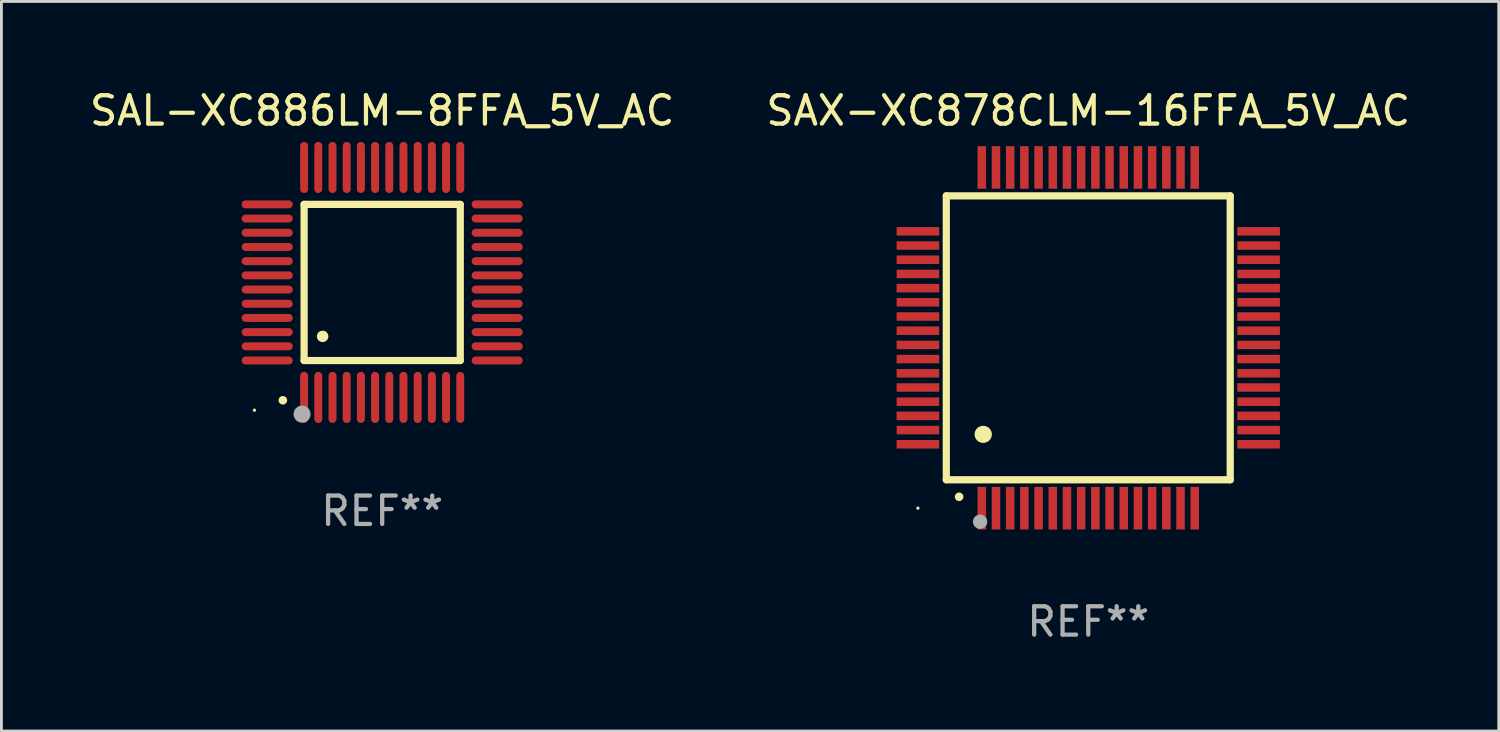
<source format=kicad_pcb>
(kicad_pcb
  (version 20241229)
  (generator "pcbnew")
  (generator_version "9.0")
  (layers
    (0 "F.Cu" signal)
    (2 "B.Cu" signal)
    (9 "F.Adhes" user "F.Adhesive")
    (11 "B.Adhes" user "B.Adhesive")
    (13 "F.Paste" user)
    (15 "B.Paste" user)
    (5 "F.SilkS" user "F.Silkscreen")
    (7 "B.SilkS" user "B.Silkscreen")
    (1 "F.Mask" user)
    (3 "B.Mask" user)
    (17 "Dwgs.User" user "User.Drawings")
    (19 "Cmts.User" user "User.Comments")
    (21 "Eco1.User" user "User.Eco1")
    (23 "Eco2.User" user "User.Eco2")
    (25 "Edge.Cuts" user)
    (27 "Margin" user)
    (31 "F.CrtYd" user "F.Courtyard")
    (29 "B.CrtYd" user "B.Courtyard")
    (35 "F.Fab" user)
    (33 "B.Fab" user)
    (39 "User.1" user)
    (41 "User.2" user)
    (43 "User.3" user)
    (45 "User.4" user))
  (footprint "SAX-XC878CLM-16FFA_5V_AC"
    (layer "F.Cu")
    (at 35.28 8.848)
    (property "Reference" "SAX-XC878CLM-16FFA_5V_AC" (at 0 -8 0) (layer "F.SilkS") (effects (font (size 1 1) (thickness 0.15))))
    (attr through_hole)
    (fp_line (start -5 -5) (end -5 5) (stroke (width 0.254) (type solid)) (layer "F.SilkS"))
    (fp_line (start -5 -5) (end 5 -5) (stroke (width 0.254) (type solid)) (layer "F.SilkS"))
    (fp_line (start -5 5) (end 5 5) (stroke (width 0.254) (type solid)) (layer "F.SilkS"))
    (fp_line (start 5 -5) (end 5 5) (stroke (width 0.254) (type solid)) (layer "F.SilkS"))
    (fp_arc (start -4.549987 5.6) (mid -4.548717 5.599995) (end -4.547447 5.6) (stroke (width 0.3) (type solid)) (layer "F.SilkS"))
    (fp_arc (start -3.703835 3.400076) (mid -3.700025 3.400052) (end -3.696215 3.400076) (stroke (width 0.6) (type solid)) (layer "F.SilkS"))
    (fp_circle (center -6 6) (end -5.97 6) (stroke (width 0.06) (type solid)) (fill no) (layer "F.SilkS"))
    (fp_circle (center -3.81 6.477) (end -3.683 6.477) (stroke (width 0.254) (type solid)) (fill no) (layer "F.Fab"))
    (fp_text user "REF**" (at 0 10 0) (layer "F.Fab") (effects (font (size 1 1) (thickness 0.15))))
    (pad "1" smd rect (at -3.75 6 180) (size 0.3 1.5) (layers "F.Cu" "F.Mask" "F.Paste"))
    (pad "2" smd rect (at -3.25 6 180) (size 0.3 1.5) (layers "F.Cu" "F.Mask" "F.Paste"))
    (pad "3" smd rect (at -2.75 6 180) (size 0.3 1.5) (layers "F.Cu" "F.Mask" "F.Paste"))
    (pad "4" smd rect (at -2.25 6 180) (size 0.3 1.5) (layers "F.Cu" "F.Mask" "F.Paste"))
    (pad "5" smd rect (at -1.75 6 180) (size 0.3 1.5) (layers "F.Cu" "F.Mask" "F.Paste"))
    (pad "6" smd rect (at -1.25 6 180) (size 0.3 1.5) (layers "F.Cu" "F.Mask" "F.Paste"))
    (pad "7" smd rect (at -0.75 6 180) (size 0.3 1.5) (layers "F.Cu" "F.Mask" "F.Paste"))
    (pad "8" smd rect (at -0.25 6 180) (size 0.3 1.5) (layers "F.Cu" "F.Mask" "F.Paste"))
    (pad "9" smd rect (at 0.25 6 180) (size 0.3 1.5) (layers "F.Cu" "F.Mask" "F.Paste"))
    (pad "10" smd rect (at 0.75 6 180) (size 0.3 1.5) (layers "F.Cu" "F.Mask" "F.Paste"))
    (pad "11" smd rect (at 1.25 6 180) (size 0.3 1.5) (layers "F.Cu" "F.Mask" "F.Paste"))
    (pad "12" smd rect (at 1.75 6 180) (size 0.3 1.5) (layers "F.Cu" "F.Mask" "F.Paste"))
    (pad "13" smd rect (at 2.25 6 180) (size 0.3 1.5) (layers "F.Cu" "F.Mask" "F.Paste"))
    (pad "14" smd rect (at 2.75 6 180) (size 0.3 1.5) (layers "F.Cu" "F.Mask" "F.Paste"))
    (pad "15" smd rect (at 3.25 6 180) (size 0.3 1.5) (layers "F.Cu" "F.Mask" "F.Paste"))
    (pad "16" smd rect (at 3.75 6 180) (size 0.3 1.5) (layers "F.Cu" "F.Mask" "F.Paste"))
    (pad "17" smd rect (at 6 3.75 90) (size 0.3 1.5) (layers "F.Cu" "F.Mask" "F.Paste"))
    (pad "18" smd rect (at 6 3.25 90) (size 0.3 1.5) (layers "F.Cu" "F.Mask" "F.Paste"))
    (pad "19" smd rect (at 6 2.75 90) (size 0.3 1.5) (layers "F.Cu" "F.Mask" "F.Paste"))
    (pad "20" smd rect (at 6 2.25 90) (size 0.3 1.5) (layers "F.Cu" "F.Mask" "F.Paste"))
    (pad "21" smd rect (at 6 1.75 90) (size 0.3 1.5) (layers "F.Cu" "F.Mask" "F.Paste"))
    (pad "22" smd rect (at 6 1.25 90) (size 0.3 1.5) (layers "F.Cu" "F.Mask" "F.Paste"))
    (pad "23" smd rect (at 6 0.75 90) (size 0.3 1.5) (layers "F.Cu" "F.Mask" "F.Paste"))
    (pad "24" smd rect (at 6 0.25 90) (size 0.3 1.5) (layers "F.Cu" "F.Mask" "F.Paste"))
    (pad "25" smd rect (at 6 -0.25 90) (size 0.3 1.5) (layers "F.Cu" "F.Mask" "F.Paste"))
    (pad "26" smd rect (at 6 -0.75 90) (size 0.3 1.5) (layers "F.Cu" "F.Mask" "F.Paste"))
    (pad "27" smd rect (at 6 -1.25 90) (size 0.3 1.5) (layers "F.Cu" "F.Mask" "F.Paste"))
    (pad "28" smd rect (at 6 -1.75 90) (size 0.3 1.5) (layers "F.Cu" "F.Mask" "F.Paste"))
    (pad "29" smd rect (at 6 -2.25 90) (size 0.3 1.5) (layers "F.Cu" "F.Mask" "F.Paste"))
    (pad "30" smd rect (at 6 -2.75 90) (size 0.3 1.5) (layers "F.Cu" "F.Mask" "F.Paste"))
    (pad "31" smd rect (at 6 -3.25 90) (size 0.3 1.5) (layers "F.Cu" "F.Mask" "F.Paste"))
    (pad "32" smd rect (at 6 -3.75 90) (size 0.3 1.5) (layers "F.Cu" "F.Mask" "F.Paste"))
    (pad "33" smd rect (at 3.75 -6 180) (size 0.3 1.5) (layers "F.Cu" "F.Mask" "F.Paste"))
    (pad "34" smd rect (at 3.25 -6 180) (size 0.3 1.5) (layers "F.Cu" "F.Mask" "F.Paste"))
    (pad "35" smd rect (at 2.75 -6 180) (size 0.3 1.5) (layers "F.Cu" "F.Mask" "F.Paste"))
    (pad "36" smd rect (at 2.25 -6 180) (size 0.3 1.5) (layers "F.Cu" "F.Mask" "F.Paste"))
    (pad "37" smd rect (at 1.75 -6 180) (size 0.3 1.5) (layers "F.Cu" "F.Mask" "F.Paste"))
    (pad "38" smd rect (at 1.25 -6 180) (size 0.3 1.5) (layers "F.Cu" "F.Mask" "F.Paste"))
    (pad "39" smd rect (at 0.75 -6 180) (size 0.3 1.5) (layers "F.Cu" "F.Mask" "F.Paste"))
    (pad "40" smd rect (at 0.25 -6 180) (size 0.3 1.5) (layers "F.Cu" "F.Mask" "F.Paste"))
    (pad "41" smd rect (at -0.25 -6 180) (size 0.3 1.5) (layers "F.Cu" "F.Mask" "F.Paste"))
    (pad "42" smd rect (at -0.75 -6 180) (size 0.3 1.5) (layers "F.Cu" "F.Mask" "F.Paste"))
    (pad "43" smd rect (at -1.25 -6 180) (size 0.3 1.5) (layers "F.Cu" "F.Mask" "F.Paste"))
    (pad "44" smd rect (at -1.75 -6 180) (size 0.3 1.5) (layers "F.Cu" "F.Mask" "F.Paste"))
    (pad "45" smd rect (at -2.25 -6 180) (size 0.3 1.5) (layers "F.Cu" "F.Mask" "F.Paste"))
    (pad "46" smd rect (at -2.75 -6 180) (size 0.3 1.5) (layers "F.Cu" "F.Mask" "F.Paste"))
    (pad "47" smd rect (at -3.25 -6 180) (size 0.3 1.5) (layers "F.Cu" "F.Mask" "F.Paste"))
    (pad "48" smd rect (at -3.75 -6 180) (size 0.3 1.5) (layers "F.Cu" "F.Mask" "F.Paste"))
    (pad "49" smd rect (at -6 -3.75 90) (size 0.3 1.5) (layers "F.Cu" "F.Mask" "F.Paste"))
    (pad "50" smd rect (at -6 -3.25 90) (size 0.3 1.5) (layers "F.Cu" "F.Mask" "F.Paste"))
    (pad "51" smd rect (at -6 -2.75 90) (size 0.3 1.5) (layers "F.Cu" "F.Mask" "F.Paste"))
    (pad "52" smd rect (at -6 -2.25 90) (size 0.3 1.5) (layers "F.Cu" "F.Mask" "F.Paste"))
    (pad "53" smd rect (at -6 -1.75 90) (size 0.3 1.5) (layers "F.Cu" "F.Mask" "F.Paste"))
    (pad "54" smd rect (at -6 -1.25 90) (size 0.3 1.5) (layers "F.Cu" "F.Mask" "F.Paste"))
    (pad "55" smd rect (at -6 -0.75 90) (size 0.3 1.5) (layers "F.Cu" "F.Mask" "F.Paste"))
    (pad "56" smd rect (at -6 -0.25 90) (size 0.3 1.5) (layers "F.Cu" "F.Mask" "F.Paste"))
    (pad "57" smd rect (at -6 0.25 90) (size 0.3 1.5) (layers "F.Cu" "F.Mask" "F.Paste"))
    (pad "58" smd rect (at -6 0.75 90) (size 0.3 1.5) (layers "F.Cu" "F.Mask" "F.Paste"))
    (pad "59" smd rect (at -6 1.25 90) (size 0.3 1.5) (layers "F.Cu" "F.Mask" "F.Paste"))
    (pad "60" smd rect (at -6 1.75 90) (size 0.3 1.5) (layers "F.Cu" "F.Mask" "F.Paste"))
    (pad "61" smd rect (at -6 2.25 90) (size 0.3 1.5) (layers "F.Cu" "F.Mask" "F.Paste"))
    (pad "62" smd rect (at -6 2.75 90) (size 0.3 1.5) (layers "F.Cu" "F.Mask" "F.Paste"))
    (pad "63" smd rect (at -6 3.25 90) (size 0.3 1.5) (layers "F.Cu" "F.Mask" "F.Paste"))
    (pad "64" smd rect (at -6 3.75 90) (size 0.3 1.5) (layers "F.Cu" "F.Mask" "F.Paste")))
  (footprint "SAL-XC886LM-8FFA_5V_AC"
    (layer "F.Cu")
    (at 10.411 6.898)
    (property "Reference" "SAL-XC886LM-8FFA_5V_AC" (at 0 -6.05 0) (layer "F.SilkS") (effects (font (size 1 1) (thickness 0.15))))
    (attr through_hole)
    (fp_line (start -2.75 -2.75) (end 2.75 -2.75) (stroke (width 0.254) (type solid)) (layer "F.SilkS"))
    (fp_line (start -2.75 2.75) (end -2.75 -2.75) (stroke (width 0.254) (type solid)) (layer "F.SilkS"))
    (fp_line (start 2.75 -2.75) (end 2.75 2.75) (stroke (width 0.254) (type solid)) (layer "F.SilkS"))
    (fp_line (start 2.75 2.75) (end -2.75 2.75) (stroke (width 0.254) (type solid)) (layer "F.SilkS"))
    (fp_arc (start -3.500127 4.150368) (mid -3.498857 4.150363) (end -3.497587 4.150368) (stroke (width 0.3) (type solid)) (layer "F.SilkS"))
    (fp_arc (start -2.100584 1.899924) (mid -2.098044 1.899908) (end -2.095504 1.899924) (stroke (width 0.4) (type solid)) (layer "F.SilkS"))
    (fp_circle (center -4.5 4.5) (end -4.47 4.5) (stroke (width 0.06) (type solid)) (fill no) (layer "F.SilkS"))
    (fp_circle (center -2.822 4.638) (end -2.672 4.638) (stroke (width 0.3) (type solid)) (fill no) (layer "F.Fab"))
    (fp_text user "REF**" (at 0 8.05 0) (layer "F.Fab") (effects (font (size 1 1) (thickness 0.15))))
    (pad "1" smd oval (at -2.75 4.05) (size 0.28 1.8) (layers "F.Cu" "F.Mask" "F.Paste"))
    (pad "2" smd oval (at -2.25 4.05) (size 0.28 1.8) (layers "F.Cu" "F.Mask" "F.Paste"))
    (pad "3" smd oval (at -1.75 4.05) (size 0.28 1.8) (layers "F.Cu" "F.Mask" "F.Paste"))
    (pad "4" smd oval (at -1.25 4.05) (size 0.28 1.8) (layers "F.Cu" "F.Mask" "F.Paste"))
    (pad "5" smd oval (at -0.75 4.05) (size 0.28 1.8) (layers "F.Cu" "F.Mask" "F.Paste"))
    (pad "6" smd oval (at -0.25 4.05) (size 0.28 1.8) (layers "F.Cu" "F.Mask" "F.Paste"))
    (pad "7" smd oval (at 0.25 4.05) (size 0.28 1.8) (layers "F.Cu" "F.Mask" "F.Paste"))
    (pad "8" smd oval (at 0.75 4.05) (size 0.28 1.8) (layers "F.Cu" "F.Mask" "F.Paste"))
    (pad "9" smd oval (at 1.25 4.05) (size 0.28 1.8) (layers "F.Cu" "F.Mask" "F.Paste"))
    (pad "10" smd oval (at 1.75 4.05) (size 0.28 1.8) (layers "F.Cu" "F.Mask" "F.Paste"))
    (pad "11" smd oval (at 2.25 4.05) (size 0.28 1.8) (layers "F.Cu" "F.Mask" "F.Paste"))
    (pad "12" smd oval (at 2.75 4.05) (size 0.28 1.8) (layers "F.Cu" "F.Mask" "F.Paste"))
    (pad "13" smd oval (at 4.05 2.75) (size 1.8 0.28) (layers "F.Cu" "F.Mask" "F.Paste"))
    (pad "14" smd oval (at 4.05 2.25) (size 1.8 0.28) (layers "F.Cu" "F.Mask" "F.Paste"))
    (pad "15" smd oval (at 4.05 1.75) (size 1.8 0.28) (layers "F.Cu" "F.Mask" "F.Paste"))
    (pad "16" smd oval (at 4.05 1.25) (size 1.8 0.28) (layers "F.Cu" "F.Mask" "F.Paste"))
    (pad "17" smd oval (at 4.05 0.75) (size 1.8 0.28) (layers "F.Cu" "F.Mask" "F.Paste"))
    (pad "18" smd oval (at 4.05 0.25) (size 1.8 0.28) (layers "F.Cu" "F.Mask" "F.Paste"))
    (pad "19" smd oval (at 4.05 -0.25) (size 1.8 0.28) (layers "F.Cu" "F.Mask" "F.Paste"))
    (pad "20" smd oval (at 4.05 -0.75) (size 1.8 0.28) (layers "F.Cu" "F.Mask" "F.Paste"))
    (pad "21" smd oval (at 4.05 -1.25) (size 1.8 0.28) (layers "F.Cu" "F.Mask" "F.Paste"))
    (pad "22" smd oval (at 4.05 -1.75) (size 1.8 0.28) (layers "F.Cu" "F.Mask" "F.Paste"))
    (pad "23" smd oval (at 4.05 -2.25) (size 1.8 0.28) (layers "F.Cu" "F.Mask" "F.Paste"))
    (pad "24" smd oval (at 4.05 -2.75) (size 1.8 0.28) (layers "F.Cu" "F.Mask" "F.Paste"))
    (pad "25" smd oval (at 2.75 -4.05) (size 0.28 1.8) (layers "F.Cu" "F.Mask" "F.Paste"))
    (pad "26" smd oval (at 2.25 -4.05) (size 0.28 1.8) (layers "F.Cu" "F.Mask" "F.Paste"))
    (pad "27" smd oval (at 1.75 -4.05) (size 0.28 1.8) (layers "F.Cu" "F.Mask" "F.Paste"))
    (pad "28" smd oval (at 1.25 -4.05) (size 0.28 1.8) (layers "F.Cu" "F.Mask" "F.Paste"))
    (pad "29" smd oval (at 0.75 -4.05) (size 0.28 1.8) (layers "F.Cu" "F.Mask" "F.Paste"))
    (pad "30" smd oval (at 0.25 -4.05) (size 0.28 1.8) (layers "F.Cu" "F.Mask" "F.Paste"))
    (pad "31" smd oval (at -0.25 -4.05) (size 0.28 1.8) (layers "F.Cu" "F.Mask" "F.Paste"))
    (pad "32" smd oval (at -0.75 -4.05) (size 0.28 1.8) (layers "F.Cu" "F.Mask" "F.Paste"))
    (pad "33" smd oval (at -1.25 -4.05) (size 0.28 1.8) (layers "F.Cu" "F.Mask" "F.Paste"))
    (pad "34" smd oval (at -1.75 -4.05) (size 0.28 1.8) (layers "F.Cu" "F.Mask" "F.Paste"))
    (pad "35" smd oval (at -2.25 -4.05) (size 0.28 1.8) (layers "F.Cu" "F.Mask" "F.Paste"))
    (pad "36" smd oval (at -2.75 -4.05) (size 0.28 1.8) (layers "F.Cu" "F.Mask" "F.Paste"))
    (pad "37" smd oval (at -4.05 -2.75) (size 1.8 0.28) (layers "F.Cu" "F.Mask" "F.Paste"))
    (pad "38" smd oval (at -4.05 -2.25) (size 1.8 0.28) (layers "F.Cu" "F.Mask" "F.Paste"))
    (pad "39" smd oval (at -4.05 -1.75) (size 1.8 0.28) (layers "F.Cu" "F.Mask" "F.Paste"))
    (pad "40" smd oval (at -4.05 -1.25) (size 1.8 0.28) (layers "F.Cu" "F.Mask" "F.Paste"))
    (pad "41" smd oval (at -4.05 -0.75) (size 1.8 0.28) (layers "F.Cu" "F.Mask" "F.Paste"))
    (pad "42" smd oval (at -4.05 -0.25) (size 1.8 0.28) (layers "F.Cu" "F.Mask" "F.Paste"))
    (pad "43" smd oval (at -4.05 0.25) (size 1.8 0.28) (layers "F.Cu" "F.Mask" "F.Paste"))
    (pad "44" smd oval (at -4.05 0.75) (size 1.8 0.28) (layers "F.Cu" "F.Mask" "F.Paste"))
    (pad "45" smd oval (at -4.05 1.25) (size 1.8 0.28) (layers "F.Cu" "F.Mask" "F.Paste"))
    (pad "46" smd oval (at -4.05 1.75) (size 1.8 0.28) (layers "F.Cu" "F.Mask" "F.Paste"))
    (pad "47" smd oval (at -4.05 2.25) (size 1.8 0.28) (layers "F.Cu" "F.Mask" "F.Paste"))
    (pad "48" smd oval (at -4.05 2.75) (size 1.8 0.28) (layers "F.Cu" "F.Mask" "F.Paste")))
  (gr_rect
    (start -3 -3)
    (end 49.738 22.697)
    (stroke (width 0.1) (type default))
    (fill no)
    (layer "Edge.Cuts")))
</source>
